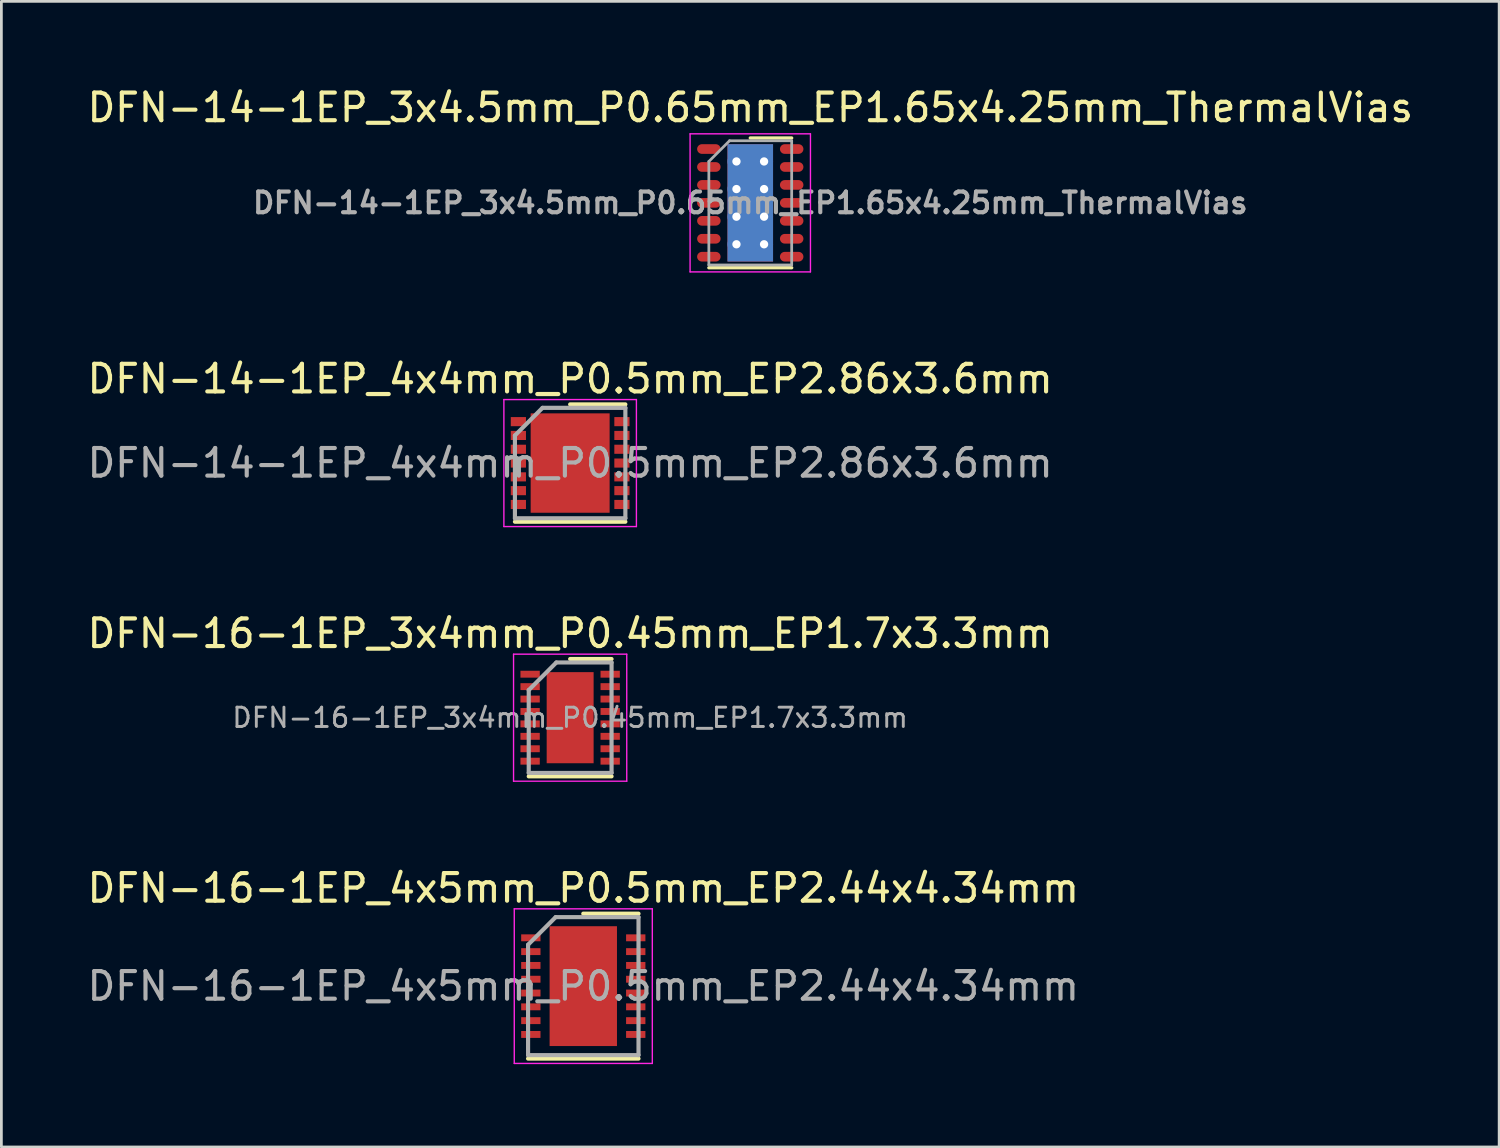
<source format=kicad_pcb>
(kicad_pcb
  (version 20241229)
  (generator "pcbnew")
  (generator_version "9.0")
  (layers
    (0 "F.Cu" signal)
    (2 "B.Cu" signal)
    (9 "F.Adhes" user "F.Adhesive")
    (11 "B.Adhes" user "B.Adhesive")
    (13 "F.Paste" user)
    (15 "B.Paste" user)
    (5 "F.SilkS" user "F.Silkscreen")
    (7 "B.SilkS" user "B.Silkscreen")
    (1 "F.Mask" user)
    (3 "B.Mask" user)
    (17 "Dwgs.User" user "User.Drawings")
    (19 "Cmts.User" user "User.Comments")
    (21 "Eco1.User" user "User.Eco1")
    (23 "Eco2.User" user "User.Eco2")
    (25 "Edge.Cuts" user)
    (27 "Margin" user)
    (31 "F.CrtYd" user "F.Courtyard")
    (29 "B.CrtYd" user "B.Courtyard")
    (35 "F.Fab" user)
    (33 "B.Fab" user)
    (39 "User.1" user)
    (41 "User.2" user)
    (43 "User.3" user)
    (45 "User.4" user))
  (footprint "DFN-14-1EP_3x4.5mm_P0.65mm_EP1.65x4.25mm_ThermalVias"
    (layer "F.Cu")
    (at 24.125 4.298)
    (property "Reference" "DFN-14-1EP_3x4.5mm_P0.65mm_EP1.65x4.25mm_ThermalVias" (at 0 -3.45 0) (layer "F.SilkS") (effects (font (size 1 1) (thickness 0.15))))
    (attr smd)
    (fp_line (start -1.5 2.35) (end 1.5 2.35) (stroke (width 0.12) (type solid)) (layer "F.SilkS"))
    (fp_line (start 1.5 -2.35) (end 0 -2.35) (stroke (width 0.12) (type solid)) (layer "F.SilkS"))
    (fp_line (start -2.18 -2.5) (end -2.18 2.5) (stroke (width 0.05) (type solid)) (layer "F.CrtYd"))
    (fp_line (start -2.18 2.5) (end 2.18 2.5) (stroke (width 0.05) (type solid)) (layer "F.CrtYd"))
    (fp_line (start 2.18 -2.5) (end -2.18 -2.5) (stroke (width 0.05) (type solid)) (layer "F.CrtYd"))
    (fp_line (start 2.18 2.5) (end 2.18 -2.5) (stroke (width 0.05) (type solid)) (layer "F.CrtYd"))
    (fp_line (start -1.5 2.25) (end -1.5 -1.5) (stroke (width 0.1) (type solid)) (layer "F.Fab"))
    (fp_line (start -1.5 2.25) (end 1.5 2.25) (stroke (width 0.1) (type solid)) (layer "F.Fab"))
    (fp_line (start -0.75 -2.25) (end -1.5 -1.5) (stroke (width 0.1) (type solid)) (layer "F.Fab"))
    (fp_line (start 1.5 -2.25) (end -0.75 -2.25) (stroke (width 0.1) (type solid)) (layer "F.Fab"))
    (fp_line (start 1.5 2.25) (end 1.5 -2.25) (stroke (width 0.1) (type solid)) (layer "F.Fab"))
    (fp_text user "${REFERENCE}" (at 0 0 0) (layer "F.Fab") (effects (font (size 0.75 0.75) (thickness 0.15))))
    (pad "" smd rect (at 0 -1.9) (size 1.5 0.3) (layers "F.Paste"))
    (pad "" smd rect (at 0 -1.5) (size 0.5 0.5) (layers "F.Paste"))
    (pad "" smd rect (at 0 -1) (size 1.5 0.5) (layers "F.Paste"))
    (pad "" smd rect (at 0 -0.5) (size 0.5 0.5) (layers "F.Paste"))
    (pad "" smd rect (at 0 0) (size 1.5 0.5) (layers "F.Paste"))
    (pad "" smd rect (at 0 0.5) (size 0.5 0.5) (layers "F.Paste"))
    (pad "" smd rect (at 0 1) (size 1.5 0.5) (layers "F.Paste"))
    (pad "" smd rect (at 0 1.5) (size 0.5 0.5) (layers "F.Paste"))
    (pad "" smd rect (at 0 1.9) (size 1.5 0.3) (layers "F.Paste"))
    (pad "1" smd oval (at -1.5 -1.95) (size 0.85 0.35) (layers "F.Cu" "F.Mask" "F.Paste"))
    (pad "2" smd oval (at -1.5 -1.3) (size 0.85 0.35) (layers "F.Cu" "F.Mask" "F.Paste"))
    (pad "3" smd oval (at -1.5 -0.65) (size 0.85 0.35) (layers "F.Cu" "F.Mask" "F.Paste"))
    (pad "4" smd oval (at -1.5 0) (size 0.85 0.35) (layers "F.Cu" "F.Mask" "F.Paste"))
    (pad "5" smd oval (at -1.5 0.65) (size 0.85 0.35) (layers "F.Cu" "F.Mask" "F.Paste"))
    (pad "6" smd oval (at -1.5 1.3) (size 0.85 0.35) (layers "F.Cu" "F.Mask" "F.Paste"))
    (pad "7" smd oval (at -1.5 1.95) (size 0.85 0.35) (layers "F.Cu" "F.Mask" "F.Paste"))
    (pad "8" smd oval (at 1.5 1.95) (size 0.85 0.35) (layers "F.Cu" "F.Mask" "F.Paste"))
    (pad "9" smd oval (at 1.5 1.3) (size 0.85 0.35) (layers "F.Cu" "F.Mask" "F.Paste"))
    (pad "10" smd oval (at 1.5 0.65) (size 0.85 0.35) (layers "F.Cu" "F.Mask" "F.Paste"))
    (pad "11" smd oval (at 1.5 0) (size 0.85 0.35) (layers "F.Cu" "F.Mask" "F.Paste"))
    (pad "12" smd oval (at 1.5 -0.65) (size 0.85 0.35) (layers "F.Cu" "F.Mask" "F.Paste"))
    (pad "13" smd oval (at 1.5 -1.3) (size 0.85 0.35) (layers "F.Cu" "F.Mask" "F.Paste"))
    (pad "14" smd oval (at 1.5 -1.95) (size 0.85 0.35) (layers "F.Cu" "F.Mask" "F.Paste"))
    (pad "15" thru_hole circle (at -0.5 -1.5) (size 0.65 0.65) (drill 0.3) (layers "*.Cu" "*.Mask"))
    (pad "15" thru_hole circle (at -0.5 -0.5) (size 0.65 0.65) (drill 0.3) (layers "*.Cu" "*.Mask"))
    (pad "15" thru_hole circle (at -0.5 0.5) (size 0.65 0.65) (drill 0.3) (layers "*.Cu" "*.Mask"))
    (pad "15" thru_hole circle (at -0.5 1.5) (size 0.65 0.65) (drill 0.3) (layers "*.Cu" "*.Mask"))
    (pad "15" smd rect (at 0 0) (size 1.65 4.25) (layers "F.Cu" "F.Mask"))
    (pad "15" smd rect (at 0 0) (size 1.65 4.25) (layers "B.Cu" "B.Mask"))
    (pad "15" thru_hole circle (at 0.5 -1.5) (size 0.65 0.65) (drill 0.3) (layers "*.Cu" "*.Mask"))
    (pad "15" thru_hole circle (at 0.5 -0.5) (size 0.65 0.65) (drill 0.3) (layers "*.Cu" "*.Mask"))
    (pad "15" thru_hole circle (at 0.5 0.5) (size 0.65 0.65) (drill 0.3) (layers "*.Cu" "*.Mask"))
    (pad "15" thru_hole circle (at 0.5 1.5) (size 0.65 0.65) (drill 0.3) (layers "*.Cu" "*.Mask")))
  (footprint "DFN-16-1EP_4x5mm_P0.5mm_EP2.44x4.34mm"
    (layer "F.Cu")
    (at 18.077 32.668)
    (property "Reference" "DFN-16-1EP_4x5mm_P0.5mm_EP2.44x4.34mm" (at 0 -3.55 0) (layer "F.SilkS") (effects (font (size 1 1) (thickness 0.15))))
    (attr smd)
    (fp_line (start -2 2.625) (end 2 2.625) (stroke (width 0.15) (type solid)) (layer "F.SilkS"))
    (fp_line (start 0 -2.625) (end 2 -2.625) (stroke (width 0.15) (type solid)) (layer "F.SilkS"))
    (fp_line (start -2.5 -2.8) (end -2.5 2.8) (stroke (width 0.05) (type solid)) (layer "F.CrtYd"))
    (fp_line (start -2.5 -2.8) (end 2.5 -2.8) (stroke (width 0.05) (type solid)) (layer "F.CrtYd"))
    (fp_line (start -2.5 2.8) (end 2.5 2.8) (stroke (width 0.05) (type solid)) (layer "F.CrtYd"))
    (fp_line (start 2.5 -2.8) (end 2.5 2.8) (stroke (width 0.05) (type solid)) (layer "F.CrtYd"))
    (fp_line (start -2 -1.5) (end -1 -2.5) (stroke (width 0.15) (type solid)) (layer "F.Fab"))
    (fp_line (start -2 2.5) (end -2 -1.5) (stroke (width 0.15) (type solid)) (layer "F.Fab"))
    (fp_line (start -1 -2.5) (end 2 -2.5) (stroke (width 0.15) (type solid)) (layer "F.Fab"))
    (fp_line (start 2 -2.5) (end 2 2.5) (stroke (width 0.15) (type solid)) (layer "F.Fab"))
    (fp_line (start 2 2.5) (end -2 2.5) (stroke (width 0.15) (type solid)) (layer "F.Fab"))
    (fp_text user "${REFERENCE}" (at 0 0 0) (layer "F.Fab") (effects (font (size 1 1) (thickness 0.15))))
    (pad "" smd rect (at -0.61 -1.627) (size 1 0.86) (layers "F.Paste"))
    (pad "" smd rect (at -0.61 -0.542) (size 1 0.86) (layers "F.Paste"))
    (pad "" smd rect (at -0.61 0.542) (size 1 0.86) (layers "F.Paste"))
    (pad "" smd rect (at -0.61 1.627) (size 1 0.86) (layers "F.Paste"))
    (pad "" smd rect (at 0.61 -1.627) (size 1 0.86) (layers "F.Paste"))
    (pad "" smd rect (at 0.61 -0.542) (size 1 0.86) (layers "F.Paste"))
    (pad "" smd rect (at 0.61 0.542) (size 1 0.86) (layers "F.Paste"))
    (pad "" smd rect (at 0.61 1.627) (size 1 0.86) (layers "F.Paste"))
    (pad "1" smd rect (at -1.9 -1.75) (size 0.7 0.25) (layers "F.Cu" "F.Mask" "F.Paste"))
    (pad "2" smd rect (at -1.9 -1.25) (size 0.7 0.25) (layers "F.Cu" "F.Mask" "F.Paste"))
    (pad "3" smd rect (at -1.9 -0.75) (size 0.7 0.25) (layers "F.Cu" "F.Mask" "F.Paste"))
    (pad "4" smd rect (at -1.9 -0.25) (size 0.7 0.25) (layers "F.Cu" "F.Mask" "F.Paste"))
    (pad "5" smd rect (at -1.9 0.25) (size 0.7 0.25) (layers "F.Cu" "F.Mask" "F.Paste"))
    (pad "6" smd rect (at -1.9 0.75) (size 0.7 0.25) (layers "F.Cu" "F.Mask" "F.Paste"))
    (pad "7" smd rect (at -1.9 1.25) (size 0.7 0.25) (layers "F.Cu" "F.Mask" "F.Paste"))
    (pad "8" smd rect (at -1.9 1.75) (size 0.7 0.25) (layers "F.Cu" "F.Mask" "F.Paste"))
    (pad "9" smd rect (at 1.9 1.75) (size 0.7 0.25) (layers "F.Cu" "F.Mask" "F.Paste"))
    (pad "10" smd rect (at 1.9 1.25) (size 0.7 0.25) (layers "F.Cu" "F.Mask" "F.Paste"))
    (pad "11" smd rect (at 1.9 0.75) (size 0.7 0.25) (layers "F.Cu" "F.Mask" "F.Paste"))
    (pad "12" smd rect (at 1.9 0.25) (size 0.7 0.25) (layers "F.Cu" "F.Mask" "F.Paste"))
    (pad "13" smd rect (at 1.9 -0.25) (size 0.7 0.25) (layers "F.Cu" "F.Mask" "F.Paste"))
    (pad "14" smd rect (at 1.9 -0.75) (size 0.7 0.25) (layers "F.Cu" "F.Mask" "F.Paste"))
    (pad "15" smd rect (at 1.9 -1.25) (size 0.7 0.25) (layers "F.Cu" "F.Mask" "F.Paste"))
    (pad "16" smd rect (at 1.9 -1.75) (size 0.7 0.25) (layers "F.Cu" "F.Mask" "F.Paste"))
    (pad "17" smd rect (at 0 0) (size 2.44 4.34) (layers "F.Cu" "F.Mask")))
  (footprint "DFN-14-1EP_4x4mm_P0.5mm_EP2.86x3.6mm"
    (layer "F.Cu")
    (at 17.601 13.722)
    (property "Reference" "DFN-14-1EP_4x4mm_P0.5mm_EP2.86x3.6mm" (at 0 -3.05 0) (layer "F.SilkS") (effects (font (size 1 1) (thickness 0.15))))
    (attr smd)
    (fp_line (start -2 2.125) (end 2 2.125) (stroke (width 0.15) (type solid)) (layer "F.SilkS"))
    (fp_line (start 0 -2.125) (end 2 -2.125) (stroke (width 0.15) (type solid)) (layer "F.SilkS"))
    (fp_line (start -2.4 -2.3) (end -2.4 2.3) (stroke (width 0.05) (type solid)) (layer "F.CrtYd"))
    (fp_line (start -2.4 -2.3) (end 2.4 -2.3) (stroke (width 0.05) (type solid)) (layer "F.CrtYd"))
    (fp_line (start -2.4 2.3) (end 2.4 2.3) (stroke (width 0.05) (type solid)) (layer "F.CrtYd"))
    (fp_line (start 2.4 -2.3) (end 2.4 2.3) (stroke (width 0.05) (type solid)) (layer "F.CrtYd"))
    (fp_line (start -2 -1) (end -1 -2) (stroke (width 0.15) (type solid)) (layer "F.Fab"))
    (fp_line (start -2 2) (end -2 -1) (stroke (width 0.15) (type solid)) (layer "F.Fab"))
    (fp_line (start -1 -2) (end 2 -2) (stroke (width 0.15) (type solid)) (layer "F.Fab"))
    (fp_line (start 2 -2) (end 2 2) (stroke (width 0.15) (type solid)) (layer "F.Fab"))
    (fp_line (start 2 2) (end -2 2) (stroke (width 0.15) (type solid)) (layer "F.Fab"))
    (fp_text user "${REFERENCE}" (at 0 0 0) (layer "F.Fab") (effects (font (size 1 1) (thickness 0.15))))
    (pad "" smd rect (at -0.715 -1.35) (size 1.2 0.7) (layers "F.Paste"))
    (pad "" smd rect (at -0.715 -0.45) (size 1.2 0.7) (layers "F.Paste"))
    (pad "" smd rect (at -0.715 0.45) (size 1.2 0.7) (layers "F.Paste"))
    (pad "" smd rect (at -0.715 1.35) (size 1.2 0.7) (layers "F.Paste"))
    (pad "" smd rect (at 0.715 -1.35) (size 1.2 0.7) (layers "F.Paste"))
    (pad "" smd rect (at 0.715 -0.45) (size 1.2 0.7) (layers "F.Paste"))
    (pad "" smd rect (at 0.715 0.45) (size 1.2 0.7) (layers "F.Paste"))
    (pad "" smd rect (at 0.715 1.35) (size 1.2 0.7) (layers "F.Paste"))
    (pad "1" smd rect (at -1.875 -1.5) (size 0.55 0.33) (layers "F.Cu" "F.Mask" "F.Paste"))
    (pad "2" smd rect (at -1.875 -1) (size 0.55 0.33) (layers "F.Cu" "F.Mask" "F.Paste"))
    (pad "3" smd rect (at -1.875 -0.5) (size 0.55 0.33) (layers "F.Cu" "F.Mask" "F.Paste"))
    (pad "4" smd rect (at -1.875 0) (size 0.55 0.33) (layers "F.Cu" "F.Mask" "F.Paste"))
    (pad "5" smd rect (at -1.875 0.5) (size 0.55 0.33) (layers "F.Cu" "F.Mask" "F.Paste"))
    (pad "6" smd rect (at -1.875 1) (size 0.55 0.33) (layers "F.Cu" "F.Mask" "F.Paste"))
    (pad "7" smd rect (at -1.875 1.5) (size 0.55 0.33) (layers "F.Cu" "F.Mask" "F.Paste"))
    (pad "8" smd rect (at 1.875 1.5) (size 0.55 0.33) (layers "F.Cu" "F.Mask" "F.Paste"))
    (pad "9" smd rect (at 1.875 1) (size 0.55 0.33) (layers "F.Cu" "F.Mask" "F.Paste"))
    (pad "10" smd rect (at 1.875 0.5) (size 0.55 0.33) (layers "F.Cu" "F.Mask" "F.Paste"))
    (pad "11" smd rect (at 1.875 0) (size 0.55 0.33) (layers "F.Cu" "F.Mask" "F.Paste"))
    (pad "12" smd rect (at 1.875 -0.5) (size 0.55 0.33) (layers "F.Cu" "F.Mask" "F.Paste"))
    (pad "13" smd rect (at 1.875 -1) (size 0.55 0.33) (layers "F.Cu" "F.Mask" "F.Paste"))
    (pad "14" smd rect (at 1.875 -1.5) (size 0.55 0.33) (layers "F.Cu" "F.Mask" "F.Paste"))
    (pad "15" smd rect (at 0 0) (size 2.86 3.6) (layers "F.Cu" "F.Mask")))
  (footprint "DFN-16-1EP_3x4mm_P0.45mm_EP1.7x3.3mm"
    (layer "F.Cu")
    (at 17.601 22.945)
    (property "Reference" "DFN-16-1EP_3x4mm_P0.45mm_EP1.7x3.3mm" (at 0 -3.05 0) (layer "F.SilkS") (effects (font (size 1 1) (thickness 0.15))))
    (attr smd)
    (fp_line (start -1.5 2.125) (end 1.5 2.125) (stroke (width 0.15) (type solid)) (layer "F.SilkS"))
    (fp_line (start 0 -2.125) (end 1.5 -2.125) (stroke (width 0.15) (type solid)) (layer "F.SilkS"))
    (fp_line (start -2.05 -2.3) (end -2.05 2.3) (stroke (width 0.05) (type solid)) (layer "F.CrtYd"))
    (fp_line (start -2.05 -2.3) (end 2.05 -2.3) (stroke (width 0.05) (type solid)) (layer "F.CrtYd"))
    (fp_line (start -2.05 2.3) (end 2.05 2.3) (stroke (width 0.05) (type solid)) (layer "F.CrtYd"))
    (fp_line (start 2.05 -2.3) (end 2.05 2.3) (stroke (width 0.05) (type solid)) (layer "F.CrtYd"))
    (fp_line (start -1.5 -1) (end -0.5 -2) (stroke (width 0.15) (type solid)) (layer "F.Fab"))
    (fp_line (start -1.5 2) (end -1.5 -1) (stroke (width 0.15) (type solid)) (layer "F.Fab"))
    (fp_line (start -0.5 -2) (end 1.5 -2) (stroke (width 0.15) (type solid)) (layer "F.Fab"))
    (fp_line (start 1.5 -2) (end 1.5 2) (stroke (width 0.15) (type solid)) (layer "F.Fab"))
    (fp_line (start 1.5 2) (end -1.5 2) (stroke (width 0.15) (type solid)) (layer "F.Fab"))
    (fp_text user "${REFERENCE}" (at 0 0 0) (layer "F.Fab") (effects (font (size 0.7 0.7) (thickness 0.105))))
    (pad "" smd rect (at -0.425 -1.238) (size 0.685 0.67) (layers "F.Paste"))
    (pad "" smd rect (at -0.425 -0.412) (size 0.685 0.67) (layers "F.Paste"))
    (pad "" smd rect (at -0.425 0.412) (size 0.685 0.67) (layers "F.Paste"))
    (pad "" smd rect (at -0.425 1.238) (size 0.685 0.67) (layers "F.Paste"))
    (pad "" smd rect (at 0.425 -1.238) (size 0.685 0.67) (layers "F.Paste"))
    (pad "" smd rect (at 0.425 -0.412) (size 0.685 0.67) (layers "F.Paste"))
    (pad "" smd rect (at 0.425 0.412) (size 0.685 0.67) (layers "F.Paste"))
    (pad "" smd rect (at 0.425 1.238) (size 0.685 0.67) (layers "F.Paste"))
    (pad "1" smd rect (at -1.45 -1.575) (size 0.7 0.25) (layers "F.Cu" "F.Mask" "F.Paste"))
    (pad "2" smd rect (at -1.45 -1.125) (size 0.7 0.25) (layers "F.Cu" "F.Mask" "F.Paste"))
    (pad "3" smd rect (at -1.45 -0.675) (size 0.7 0.25) (layers "F.Cu" "F.Mask" "F.Paste"))
    (pad "4" smd rect (at -1.45 -0.225) (size 0.7 0.25) (layers "F.Cu" "F.Mask" "F.Paste"))
    (pad "5" smd rect (at -1.45 0.225) (size 0.7 0.25) (layers "F.Cu" "F.Mask" "F.Paste"))
    (pad "6" smd rect (at -1.45 0.675) (size 0.7 0.25) (layers "F.Cu" "F.Mask" "F.Paste"))
    (pad "7" smd rect (at -1.45 1.125) (size 0.7 0.25) (layers "F.Cu" "F.Mask" "F.Paste"))
    (pad "8" smd rect (at -1.45 1.575) (size 0.7 0.25) (layers "F.Cu" "F.Mask" "F.Paste"))
    (pad "9" smd rect (at 1.45 1.575) (size 0.7 0.25) (layers "F.Cu" "F.Mask" "F.Paste"))
    (pad "10" smd rect (at 1.45 1.125) (size 0.7 0.25) (layers "F.Cu" "F.Mask" "F.Paste"))
    (pad "11" smd rect (at 1.45 0.675) (size 0.7 0.25) (layers "F.Cu" "F.Mask" "F.Paste"))
    (pad "12" smd rect (at 1.45 0.225) (size 0.7 0.25) (layers "F.Cu" "F.Mask" "F.Paste"))
    (pad "13" smd rect (at 1.45 -0.225) (size 0.7 0.25) (layers "F.Cu" "F.Mask" "F.Paste"))
    (pad "14" smd rect (at 1.45 -0.675) (size 0.7 0.25) (layers "F.Cu" "F.Mask" "F.Paste"))
    (pad "15" smd rect (at 1.45 -1.125) (size 0.7 0.25) (layers "F.Cu" "F.Mask" "F.Paste"))
    (pad "16" smd rect (at 1.45 -1.575) (size 0.7 0.25) (layers "F.Cu" "F.Mask" "F.Paste"))
    (pad "17" smd rect (at 0 0) (size 1.7 3.3) (layers "F.Cu" "F.Mask")))
  (gr_rect
    (start -3 -3)
    (end 51.25 38.493)
    (stroke (width 0.1) (type default))
    (fill no)
    (layer "Edge.Cuts")))
</source>
